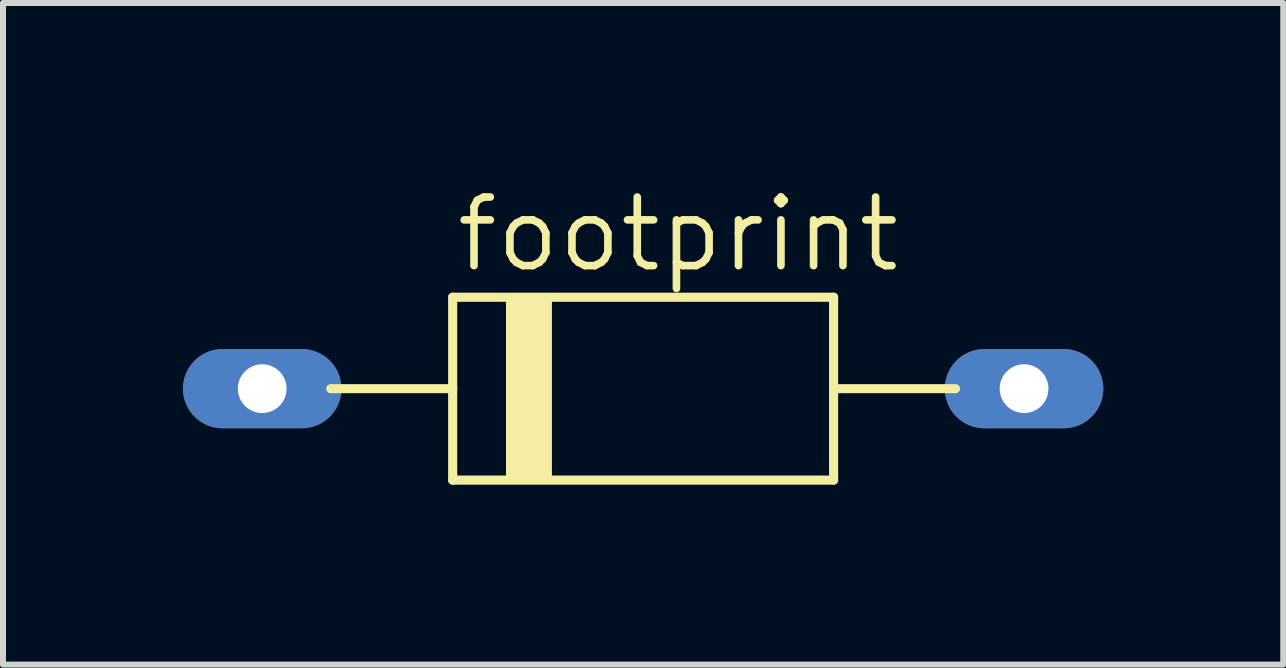
<source format=kicad_pcb>
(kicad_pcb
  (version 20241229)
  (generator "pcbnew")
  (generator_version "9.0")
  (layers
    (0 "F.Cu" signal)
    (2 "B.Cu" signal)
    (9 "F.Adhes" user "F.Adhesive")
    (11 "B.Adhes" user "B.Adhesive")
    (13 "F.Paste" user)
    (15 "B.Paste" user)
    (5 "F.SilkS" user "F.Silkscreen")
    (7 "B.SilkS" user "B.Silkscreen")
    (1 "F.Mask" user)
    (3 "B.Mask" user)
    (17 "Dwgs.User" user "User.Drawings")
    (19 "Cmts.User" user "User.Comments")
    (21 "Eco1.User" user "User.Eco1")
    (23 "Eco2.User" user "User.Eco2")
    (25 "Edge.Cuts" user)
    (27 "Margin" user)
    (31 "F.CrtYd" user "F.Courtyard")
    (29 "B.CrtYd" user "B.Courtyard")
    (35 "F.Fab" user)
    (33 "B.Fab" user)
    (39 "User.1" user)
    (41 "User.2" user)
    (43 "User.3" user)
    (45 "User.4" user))
  (footprint "footprint"
    (layer "F.Cu")
    (at 7.671 3.429)
    (property "Reference" "footprint" (at -3.175 -1.905 0) (layer "F.SilkS") (effects (font (size 1.143 1.143) (thickness 0.127)) (justify left bottom)))
    (fp_line (start -3.175 -1.524) (end -3.175 0) (stroke (width 0.152) (type solid)) (layer "F.SilkS"))
    (fp_line (start -3.175 0) (end -5.207 0) (stroke (width 0.152) (type solid)) (layer "F.SilkS"))
    (fp_line (start -3.175 0) (end -3.175 1.524) (stroke (width 0.152) (type solid)) (layer "F.SilkS"))
    (fp_line (start -3.175 1.524) (end 3.175 1.524) (stroke (width 0.152) (type solid)) (layer "F.SilkS"))
    (fp_line (start 3.175 -1.524) (end -3.175 -1.524) (stroke (width 0.152) (type solid)) (layer "F.SilkS"))
    (fp_line (start 3.175 0) (end 3.175 -1.524) (stroke (width 0.152) (type solid)) (layer "F.SilkS"))
    (fp_line (start 3.175 1.524) (end 3.175 0) (stroke (width 0.152) (type solid)) (layer "F.SilkS"))
    (fp_line (start 5.207 0) (end 3.175 0) (stroke (width 0.152) (type solid)) (layer "F.SilkS"))
    (fp_poly (pts (xy -2.286 1.524) (xy -1.524 1.524) (xy -1.524 -1.524) (xy -2.286 -1.524)) (stroke (width 0) (type solid)) (fill yes) (layer "F.SilkS"))
    (fp_poly (pts (xy -2.286 1.524) (xy -1.524 1.524) (xy -1.524 -1.524) (xy -2.286 -1.524)) (stroke (width 0) (type solid)) (fill yes) (layer "F.SilkS"))
    (pad "A" thru_hole oval (at 6.35 0) (size 2.642 1.321) (drill 0.813) (layers "*.Cu" "*.Mask"))
    (pad "C" thru_hole oval (at -6.35 0) (size 2.642 1.321) (drill 0.813) (layers "*.Cu" "*.Mask")))
  (gr_rect
    (start -3 -3)
    (end 18.342 8.029)
    (stroke (width 0.1) (type default))
    (fill no)
    (layer "Edge.Cuts")))
</source>
